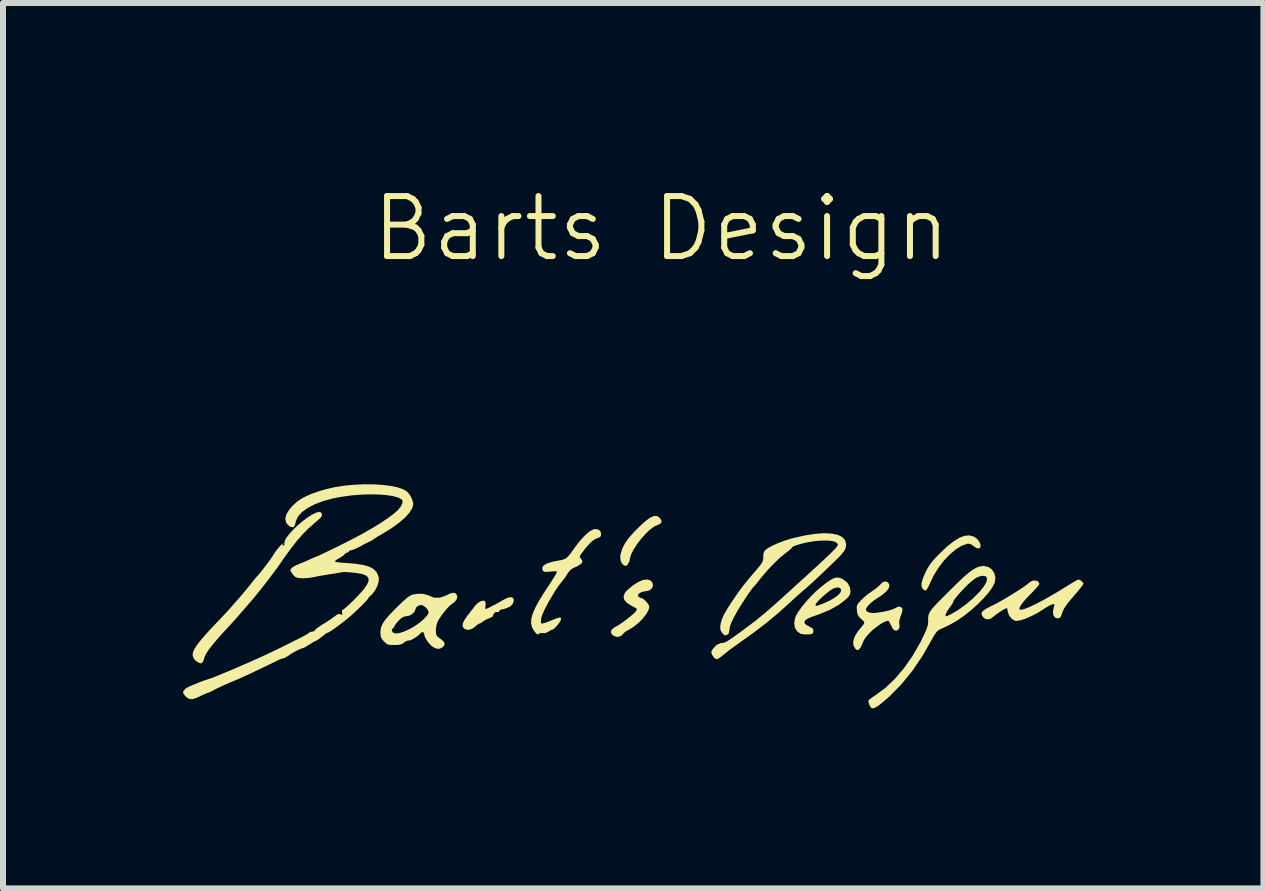
<source format=kicad_pcb>
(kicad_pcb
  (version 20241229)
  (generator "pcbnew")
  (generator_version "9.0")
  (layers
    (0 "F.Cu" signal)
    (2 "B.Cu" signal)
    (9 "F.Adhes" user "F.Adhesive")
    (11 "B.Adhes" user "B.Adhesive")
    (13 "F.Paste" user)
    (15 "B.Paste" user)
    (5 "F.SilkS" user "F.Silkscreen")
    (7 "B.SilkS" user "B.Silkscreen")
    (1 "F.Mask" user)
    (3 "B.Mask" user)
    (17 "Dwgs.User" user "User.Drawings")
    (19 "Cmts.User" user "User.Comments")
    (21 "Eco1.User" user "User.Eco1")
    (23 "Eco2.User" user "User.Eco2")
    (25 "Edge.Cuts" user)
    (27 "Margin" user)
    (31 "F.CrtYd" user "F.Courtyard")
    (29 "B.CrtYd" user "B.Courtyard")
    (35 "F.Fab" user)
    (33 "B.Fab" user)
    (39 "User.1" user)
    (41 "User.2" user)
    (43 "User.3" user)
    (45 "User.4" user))
  (footprint "Barts Design"
    (layer "F.Cu")
    (at 7.972 6.71)
    (property "Reference" "Barts Design" (at 0 -5.95 0) (unlocked yes) (layer "F.SilkS") (effects (font (size 1 1) (thickness 0.1))))
    (fp_poly (pts (xy -0.046 -1.146) (xy -0.03 -1.132) (xy 0.002 -1.087) (xy 0 -1.05) (xy -0.035 -1.022) (xy -0.064 -1.012) (xy -0.124 -0.983) (xy -0.193 -0.931) (xy -0.266 -0.86) (xy -0.339 -0.778) (xy -0.406 -0.69) (xy -0.462 -0.603) (xy -0.504 -0.522) (xy -0.524 -0.454) (xy -0.526 -0.435) (xy -0.534 -0.402) (xy -0.554 -0.364) (xy -0.576 -0.336) (xy -0.591 -0.329) (xy -0.616 -0.336) (xy -0.625 -0.339) (xy -0.66 -0.371) (xy -0.681 -0.425) (xy -0.685 -0.492) (xy -0.68 -0.525) (xy -0.65 -0.621) (xy -0.602 -0.713) (xy -0.533 -0.808) (xy -0.438 -0.913) (xy -0.436 -0.914) (xy -0.336 -1.013) (xy -0.253 -1.085) (xy -0.186 -1.133) (xy -0.131 -1.158) (xy -0.085 -1.162)) (stroke (width 0) (type solid)) (fill yes) (layer "F.SilkS"))
    (fp_poly (pts (xy 5.202 -0.819) (xy 5.212 -0.814) (xy 5.257 -0.783) (xy 5.293 -0.742) (xy 5.315 -0.697) (xy 5.321 -0.657) (xy 5.309 -0.628) (xy 5.28 -0.618) (xy 5.249 -0.629) (xy 5.209 -0.655) (xy 5.199 -0.663) (xy 5.153 -0.693) (xy 5.11 -0.699) (xy 5.097 -0.697) (xy 5.004 -0.664) (xy 4.906 -0.603) (xy 4.806 -0.519) (xy 4.709 -0.417) (xy 4.62 -0.301) (xy 4.543 -0.177) (xy 4.508 -0.107) (xy 4.469 -0.022) (xy 4.441 0.036) (xy 4.419 0.069) (xy 4.401 0.082) (xy 4.383 0.077) (xy 4.363 0.06) (xy 4.359 0.057) (xy 4.337 0.018) (xy 4.335 -0.036) (xy 4.354 -0.11) (xy 4.394 -0.205) (xy 4.402 -0.223) (xy 4.438 -0.292) (xy 4.475 -0.351) (xy 4.521 -0.41) (xy 4.581 -0.476) (xy 4.637 -0.534) (xy 4.76 -0.65) (xy 4.869 -0.738) (xy 4.965 -0.797) (xy 5.051 -0.83) (xy 5.13 -0.837)) (stroke (width 0) (type solid)) (fill yes) (layer "F.SilkS"))
    (fp_poly (pts (xy -2.474 0.202) (xy -2.459 0.239) (xy -2.459 0.246) (xy -2.475 0.302) (xy -2.52 0.348) (xy -2.588 0.379) (xy -2.621 0.387) (xy -2.675 0.4) (xy -2.701 0.416) (xy -2.702 0.423) (xy -2.711 0.439) (xy -2.728 0.439) (xy -2.772 0.445) (xy -2.798 0.473) (xy -2.801 0.492) (xy -2.816 0.519) (xy -2.865 0.543) (xy -2.873 0.546) (xy -2.926 0.568) (xy -2.968 0.593) (xy -2.976 0.6) (xy -3.008 0.623) (xy -3.028 0.63) (xy -3.054 0.642) (xy -3.089 0.67) (xy -3.098 0.68) (xy -3.155 0.721) (xy -3.215 0.738) (xy -3.27 0.727) (xy -3.28 0.72) (xy -3.309 0.687) (xy -3.312 0.641) (xy -3.288 0.582) (xy -3.237 0.507) (xy -3.224 0.49) (xy -3.178 0.431) (xy -3.135 0.376) (xy -3.105 0.336) (xy -3.1 0.33) (xy -3.059 0.289) (xy -3.015 0.261) (xy -2.964 0.249) (xy -2.935 0.265) (xy -2.927 0.306) (xy -2.931 0.333) (xy -2.935 0.372) (xy -2.932 0.39) (xy -2.93 0.391) (xy -2.907 0.383) (xy -2.862 0.362) (xy -2.802 0.331) (xy -2.735 0.295) (xy -2.669 0.258) (xy -2.642 0.242) (xy -2.567 0.204) (xy -2.51 0.191)) (stroke (width 0) (type solid)) (fill yes) (layer "F.SilkS"))
    (fp_poly (pts (xy -0.183 -0.088) (xy -0.147 -0.047) (xy -0.146 -0.044) (xy -0.14 0.005) (xy -0.161 0.049) (xy -0.204 0.081) (xy -0.258 0.093) (xy -0.313 0.102) (xy -0.359 0.121) (xy -0.388 0.146) (xy -0.392 0.171) (xy -0.388 0.178) (xy -0.359 0.199) (xy -0.345 0.203) (xy -0.309 0.216) (xy -0.268 0.249) (xy -0.23 0.292) (xy -0.205 0.334) (xy -0.201 0.353) (xy -0.215 0.409) (xy -0.253 0.477) (xy -0.31 0.549) (xy -0.381 0.62) (xy -0.459 0.684) (xy -0.539 0.734) (xy -0.555 0.742) (xy -0.596 0.765) (xy -0.622 0.787) (xy -0.624 0.789) (xy -0.671 0.838) (xy -0.727 0.855) (xy -0.761 0.85) (xy -0.813 0.825) (xy -0.839 0.789) (xy -0.836 0.749) (xy -0.822 0.729) (xy -0.786 0.698) (xy -0.757 0.682) (xy -0.721 0.662) (xy -0.669 0.628) (xy -0.608 0.584) (xy -0.546 0.536) (xy -0.489 0.489) (xy -0.446 0.451) (xy -0.423 0.425) (xy -0.423 0.424) (xy -0.412 0.403) (xy -0.41 0.389) (xy -0.423 0.375) (xy -0.456 0.357) (xy -0.504 0.333) (xy -0.579 0.284) (xy -0.621 0.231) (xy -0.63 0.174) (xy -0.605 0.116) (xy -0.571 0.077) (xy -0.476 -0.003) (xy -0.387 -0.06) (xy -0.307 -0.094) (xy -0.238 -0.103)) (stroke (width 0) (type solid)) (fill yes) (layer "F.SilkS"))
    (fp_poly (pts (xy 2.967 -0.131) (xy 3.014 -0.113) (xy 3.029 -0.105) (xy 3.1 -0.049) (xy 3.141 0.023) (xy 3.152 0.093) (xy 3.147 0.135) (xy 3.13 0.17) (xy 3.094 0.211) (xy 3.077 0.227) (xy 2.953 0.323) (xy 2.801 0.407) (xy 2.633 0.476) (xy 2.538 0.509) (xy 2.471 0.535) (xy 2.427 0.556) (xy 2.401 0.574) (xy 2.389 0.593) (xy 2.385 0.606) (xy 2.391 0.632) (xy 2.42 0.657) (xy 2.459 0.678) (xy 2.506 0.704) (xy 2.529 0.725) (xy 2.534 0.752) (xy 2.533 0.763) (xy 2.526 0.791) (xy 2.51 0.805) (xy 2.475 0.812) (xy 2.442 0.813) (xy 2.384 0.813) (xy 2.335 0.806) (xy 2.32 0.802) (xy 2.261 0.761) (xy 2.225 0.699) (xy 2.214 0.622) (xy 2.229 0.538) (xy 2.243 0.502) (xy 2.282 0.435) (xy 2.341 0.353) (xy 2.371 0.316) (xy 2.57 0.316) (xy 2.571 0.331) (xy 2.578 0.337) (xy 2.598 0.333) (xy 2.639 0.32) (xy 2.685 0.303) (xy 2.781 0.261) (xy 2.866 0.215) (xy 2.933 0.168) (xy 2.979 0.122) (xy 2.997 0.083) (xy 2.998 0.079) (xy 2.984 0.045) (xy 2.949 0.03) (xy 2.898 0.036) (xy 2.853 0.055) (xy 2.808 0.084) (xy 2.754 0.126) (xy 2.697 0.175) (xy 2.644 0.225) (xy 2.601 0.269) (xy 2.575 0.303) (xy 2.57 0.316) (xy 2.371 0.316) (xy 2.415 0.263) (xy 2.497 0.174) (xy 2.582 0.09) (xy 2.643 0.037) (xy 2.736 -0.038) (xy 2.81 -0.09) (xy 2.87 -0.122) (xy 2.92 -0.135)) (stroke (width 0) (type solid)) (fill yes) (layer "F.SilkS"))
    (fp_poly (pts (xy 3.774 -0.056) (xy 3.798 -0.021) (xy 3.801 0.005) (xy 3.785 0.051) (xy 3.741 0.104) (xy 3.674 0.16) (xy 3.607 0.203) (xy 3.537 0.25) (xy 3.477 0.301) (xy 3.432 0.349) (xy 3.41 0.389) (xy 3.408 0.399) (xy 3.424 0.43) (xy 3.467 0.45) (xy 3.534 0.456) (xy 3.577 0.453) (xy 3.684 0.438) (xy 3.781 0.417) (xy 3.861 0.392) (xy 3.909 0.369) (xy 3.949 0.349) (xy 3.982 0.353) (xy 3.992 0.358) (xy 4.011 0.372) (xy 4.019 0.393) (xy 4.015 0.427) (xy 3.998 0.482) (xy 3.982 0.525) (xy 3.967 0.578) (xy 3.963 0.621) (xy 3.965 0.633) (xy 3.971 0.687) (xy 3.955 0.729) (xy 3.921 0.749) (xy 3.911 0.75) (xy 3.881 0.743) (xy 3.857 0.718) (xy 3.834 0.674) (xy 3.811 0.627) (xy 3.791 0.594) (xy 3.784 0.587) (xy 3.756 0.588) (xy 3.709 0.608) (xy 3.65 0.642) (xy 3.586 0.688) (xy 3.521 0.74) (xy 3.484 0.775) (xy 3.418 0.846) (xy 3.375 0.909) (xy 3.35 0.967) (xy 3.32 1.034) (xy 3.286 1.069) (xy 3.263 1.075) (xy 3.247 1.064) (xy 3.23 1.048) (xy 3.2 0.995) (xy 3.197 0.928) (xy 3.222 0.85) (xy 3.272 0.766) (xy 3.299 0.732) (xy 3.346 0.676) (xy 3.373 0.64) (xy 3.382 0.615) (xy 3.373 0.595) (xy 3.349 0.572) (xy 3.331 0.557) (xy 3.291 0.516) (xy 3.269 0.476) (xy 3.259 0.42) (xy 3.259 0.413) (xy 3.255 0.364) (xy 3.261 0.329) (xy 3.28 0.297) (xy 3.317 0.254) (xy 3.324 0.246) (xy 3.377 0.195) (xy 3.445 0.139) (xy 3.513 0.091) (xy 3.572 0.05) (xy 3.622 0.009) (xy 3.654 -0.023) (xy 3.657 -0.027) (xy 3.694 -0.061) (xy 3.736 -0.07)) (stroke (width 0) (type solid)) (fill yes) (layer "F.SilkS"))
    (fp_poly (pts (xy 6.972 -0.096) (xy 7.006 -0.074) (xy 7.03 -0.045) (xy 7.034 -0.03) (xy 7.023 -0.011) (xy 6.994 0.028) (xy 6.95 0.083) (xy 6.895 0.148) (xy 6.872 0.175) (xy 6.8 0.259) (xy 6.748 0.326) (xy 6.712 0.381) (xy 6.689 0.429) (xy 6.681 0.452) (xy 6.662 0.505) (xy 6.645 0.533) (xy 6.623 0.543) (xy 6.604 0.545) (xy 6.559 0.531) (xy 6.533 0.492) (xy 6.526 0.433) (xy 6.54 0.357) (xy 6.551 0.327) (xy 6.548 0.309) (xy 6.522 0.31) (xy 6.477 0.328) (xy 6.416 0.362) (xy 6.382 0.384) (xy 6.277 0.45) (xy 6.173 0.505) (xy 6.077 0.548) (xy 5.992 0.576) (xy 5.925 0.588) (xy 5.888 0.584) (xy 5.833 0.547) (xy 5.791 0.489) (xy 5.775 0.439) (xy 5.767 0.397) (xy 5.76 0.375) (xy 5.758 0.374) (xy 5.733 0.383) (xy 5.69 0.407) (xy 5.639 0.439) (xy 5.589 0.473) (xy 5.55 0.503) (xy 5.541 0.512) (xy 5.485 0.552) (xy 5.429 0.563) (xy 5.379 0.543) (xy 5.346 0.504) (xy 5.335 0.473) (xy 5.34 0.446) (xy 5.364 0.418) (xy 5.412 0.386) (xy 5.486 0.346) (xy 5.526 0.327) (xy 5.603 0.287) (xy 5.694 0.236) (xy 5.792 0.178) (xy 5.89 0.117) (xy 5.981 0.059) (xy 6.059 0.006) (xy 6.117 -0.037) (xy 6.137 -0.055) (xy 6.181 -0.081) (xy 6.229 -0.086) (xy 6.271 -0.074) (xy 6.296 -0.045) (xy 6.299 -0.026) (xy 6.287 -0.006) (xy 6.256 0.032) (xy 6.21 0.082) (xy 6.156 0.138) (xy 6.073 0.224) (xy 6.013 0.296) (xy 5.977 0.35) (xy 5.966 0.386) (xy 5.973 0.399) (xy 6.006 0.401) (xy 6.063 0.385) (xy 6.144 0.352) (xy 6.245 0.304) (xy 6.363 0.242) (xy 6.496 0.167) (xy 6.642 0.08) (xy 6.697 0.046) (xy 6.776 -0.002) (xy 6.845 -0.045) (xy 6.9 -0.077) (xy 6.934 -0.096) (xy 6.942 -0.1)) (stroke (width 0) (type solid)) (fill yes) (layer "F.SilkS"))
    (fp_poly (pts (xy -5.666 -1.216) (xy -5.657 -1.185) (xy -5.659 -1.164) (xy -5.669 -1.144) (xy -5.691 -1.12) (xy -5.73 -1.085) (xy -5.786 -1.037) (xy -5.883 -0.952) (xy -5.976 -0.858) (xy -6.07 -0.751) (xy -6.169 -0.625) (xy -6.277 -0.476) (xy -6.331 -0.398) (xy -6.398 -0.302) (xy -6.482 -0.189) (xy -6.574 -0.068) (xy -6.67 0.054) (xy -6.761 0.167) (xy -6.842 0.265) (xy -6.871 0.297) (xy -6.912 0.345) (xy -6.965 0.406) (xy -7.019 0.468) (xy -7.026 0.476) (xy -7.085 0.544) (xy -7.154 0.621) (xy -7.219 0.692) (xy -7.225 0.698) (xy -7.354 0.838) (xy -7.457 0.958) (xy -7.534 1.055) (xy -7.586 1.132) (xy -7.611 1.186) (xy -7.613 1.193) (xy -7.629 1.246) (xy -7.651 1.283) (xy -7.673 1.296) (xy -7.697 1.289) (xy -7.71 1.285) (xy -7.762 1.252) (xy -7.799 1.204) (xy -7.812 1.155) (xy -7.806 1.112) (xy -7.784 1.061) (xy -7.746 0.999) (xy -7.69 0.925) (xy -7.614 0.835) (xy -7.515 0.726) (xy -7.4 0.605) (xy -7.332 0.534) (xy -7.268 0.466) (xy -7.215 0.409) (xy -7.178 0.367) (xy -7.169 0.357) (xy -7.137 0.319) (xy -7.115 0.293) (xy -7.11 0.288) (xy -7.091 0.268) (xy -7.057 0.229) (xy -7.011 0.176) (xy -6.961 0.116) (xy -6.911 0.057) (xy -6.868 0.004) (xy -6.837 -0.035) (xy -6.831 -0.043) (xy -6.79 -0.095) (xy -6.748 -0.144) (xy -6.737 -0.156) (xy -6.702 -0.196) (xy -6.655 -0.253) (xy -6.603 -0.32) (xy -6.552 -0.388) (xy -6.507 -0.449) (xy -6.475 -0.497) (xy -6.465 -0.515) (xy -6.437 -0.559) (xy -6.4 -0.608) (xy -6.361 -0.654) (xy -6.326 -0.689) (xy -6.303 -0.704) (xy -6.302 -0.704) (xy -6.295 -0.697) (xy -6.307 -0.687) (xy -6.323 -0.674) (xy -6.306 -0.67) (xy -6.303 -0.67) (xy -6.281 -0.677) (xy -6.281 -0.706) (xy -6.282 -0.71) (xy -6.276 -0.748) (xy -6.247 -0.801) (xy -6.197 -0.865) (xy -6.134 -0.934) (xy -6.06 -1.005) (xy -5.98 -1.073) (xy -5.9 -1.134) (xy -5.823 -1.183) (xy -5.754 -1.216) (xy -5.753 -1.217) (xy -5.699 -1.229)) (stroke (width 0) (type solid)) (fill yes) (layer "F.SilkS"))
    (fp_poly (pts (xy -1.046 -0.934) (xy -1.014 -0.904) (xy -1.005 -0.855) (xy -1.01 -0.823) (xy -1.031 -0.804) (xy -1.071 -0.79) (xy -1.123 -0.765) (xy -1.183 -0.715) (xy -1.253 -0.638) (xy -1.33 -0.538) (xy -1.355 -0.501) (xy -1.36 -0.479) (xy -1.347 -0.458) (xy -1.338 -0.447) (xy -1.317 -0.415) (xy -1.32 -0.385) (xy -1.349 -0.355) (xy -1.406 -0.321) (xy -1.475 -0.29) (xy -1.516 -0.26) (xy -1.556 -0.213) (xy -1.564 -0.199) (xy -1.599 -0.144) (xy -1.644 -0.084) (xy -1.662 -0.063) (xy -1.706 -0.006) (xy -1.758 0.07) (xy -1.813 0.159) (xy -1.868 0.252) (xy -1.918 0.344) (xy -1.959 0.427) (xy -1.988 0.493) (xy -1.998 0.527) (xy -2.007 0.58) (xy -2.007 0.619) (xy -2.003 0.631) (xy -1.982 0.631) (xy -1.937 0.619) (xy -1.878 0.598) (xy -1.851 0.587) (xy -1.774 0.555) (xy -1.722 0.537) (xy -1.692 0.531) (xy -1.676 0.537) (xy -1.672 0.555) (xy -1.672 0.559) (xy -1.683 0.589) (xy -1.71 0.631) (xy -1.746 0.675) (xy -1.782 0.712) (xy -1.811 0.732) (xy -1.816 0.733) (xy -1.844 0.743) (xy -1.881 0.767) (xy -1.882 0.767) (xy -1.933 0.792) (xy -1.976 0.791) (xy -2.017 0.789) (xy -2.039 0.8) (xy -2.054 0.815) (xy -2.073 0.81) (xy -2.101 0.78) (xy -2.121 0.755) (xy -2.155 0.696) (xy -2.171 0.631) (xy -2.168 0.556) (xy -2.145 0.469) (xy -2.101 0.367) (xy -2.036 0.247) (xy -1.948 0.105) (xy -1.913 0.052) (xy -1.848 -0.046) (xy -1.801 -0.119) (xy -1.769 -0.171) (xy -1.75 -0.206) (xy -1.741 -0.228) (xy -1.74 -0.234) (xy -1.756 -0.239) (xy -1.796 -0.239) (xy -1.85 -0.234) (xy -1.911 -0.229) (xy -1.947 -0.231) (xy -1.967 -0.24) (xy -1.977 -0.253) (xy -1.986 -0.297) (xy -1.962 -0.337) (xy -1.905 -0.37) (xy -1.816 -0.398) (xy -1.734 -0.414) (xy -1.673 -0.425) (xy -1.627 -0.437) (xy -1.59 -0.456) (xy -1.555 -0.486) (xy -1.516 -0.533) (xy -1.467 -0.601) (xy -1.442 -0.636) (xy -1.362 -0.74) (xy -1.285 -0.826) (xy -1.213 -0.891) (xy -1.15 -0.931) (xy -1.103 -0.943)) (stroke (width 0) (type solid)) (fill yes) (layer "F.SilkS"))
    (fp_poly (pts (xy 5.447 -0.312) (xy 5.507 -0.271) (xy 5.548 -0.21) (xy 5.567 -0.138) (xy 5.558 -0.059) (xy 5.556 -0.051) (xy 5.518 0.026) (xy 5.455 0.114) (xy 5.371 0.211) (xy 5.273 0.31) (xy 5.164 0.407) (xy 5.05 0.498) (xy 4.935 0.578) (xy 4.825 0.642) (xy 4.794 0.658) (xy 4.728 0.689) (xy 4.669 0.717) (xy 4.628 0.736) (xy 4.623 0.739) (xy 4.589 0.768) (xy 4.549 0.824) (xy 4.514 0.887) (xy 4.357 1.163) (xy 4.185 1.417) (xy 3.998 1.647) (xy 3.8 1.848) (xy 3.666 1.963) (xy 3.598 2.014) (xy 3.548 2.041) (xy 3.513 2.045) (xy 3.487 2.027) (xy 3.467 1.989) (xy 3.453 1.946) (xy 3.451 1.914) (xy 3.452 1.911) (xy 3.472 1.893) (xy 3.512 1.864) (xy 3.563 1.829) (xy 3.731 1.706) (xy 3.893 1.552) (xy 4.047 1.371) (xy 4.189 1.167) (xy 4.317 0.944) (xy 4.367 0.842) (xy 4.405 0.759) (xy 4.429 0.698) (xy 4.442 0.648) (xy 4.447 0.602) (xy 4.447 0.574) (xy 4.446 0.539) (xy 4.449 0.508) (xy 4.452 0.493) (xy 4.735 0.493) (xy 4.74 0.51) (xy 4.743 0.51) (xy 4.768 0.503) (xy 4.81 0.485) (xy 4.827 0.476) (xy 4.946 0.406) (xy 5.071 0.316) (xy 5.192 0.214) (xy 5.296 0.11) (xy 5.316 0.087) (xy 5.374 0.014) (xy 5.41 -0.044) (xy 5.425 -0.092) (xy 5.423 -0.134) (xy 5.403 -0.157) (xy 5.362 -0.164) (xy 5.308 -0.156) (xy 5.25 -0.132) (xy 5.223 -0.115) (xy 5.171 -0.074) (xy 5.11 -0.02) (xy 5.047 0.043) (xy 4.986 0.108) (xy 4.932 0.17) (xy 4.89 0.223) (xy 4.866 0.262) (xy 4.862 0.276) (xy 4.852 0.298) (xy 4.827 0.335) (xy 4.811 0.356) (xy 4.774 0.409) (xy 4.747 0.457) (xy 4.735 0.493) (xy 4.452 0.493) (xy 4.456 0.479) (xy 4.469 0.447) (xy 4.493 0.411) (xy 4.527 0.367) (xy 4.576 0.314) (xy 4.64 0.247) (xy 4.723 0.164) (xy 4.826 0.062) (xy 4.922 -0.032) (xy 5.026 -0.132) (xy 5.112 -0.207) (xy 5.184 -0.262) (xy 5.247 -0.299) (xy 5.305 -0.319) (xy 5.361 -0.327) (xy 5.374 -0.328)) (stroke (width 0) (type solid)) (fill yes) (layer "F.SilkS"))
    (fp_poly (pts (xy -3.436 0.125) (xy -3.42 0.138) (xy -3.4 0.178) (xy -3.41 0.225) (xy -3.445 0.273) (xy -3.503 0.315) (xy -3.504 0.316) (xy -3.534 0.34) (xy -3.576 0.386) (xy -3.623 0.443) (xy -3.669 0.504) (xy -3.707 0.561) (xy -3.729 0.601) (xy -3.75 0.667) (xy -3.758 0.741) (xy -3.754 0.806) (xy -3.748 0.825) (xy -3.728 0.851) (xy -3.69 0.881) (xy -3.681 0.887) (xy -3.629 0.929) (xy -3.611 0.97) (xy -3.628 1.01) (xy -3.642 1.024) (xy -3.693 1.052) (xy -3.746 1.051) (xy -3.805 1.024) (xy -3.845 0.991) (xy -3.887 0.944) (xy -3.922 0.892) (xy -3.944 0.848) (xy -3.947 0.832) (xy -3.956 0.799) (xy -3.963 0.784) (xy -3.978 0.77) (xy -3.998 0.78) (xy -4.016 0.798) (xy -4.058 0.836) (xy -4.11 0.872) (xy -4.159 0.9) (xy -4.199 0.915) (xy -4.213 0.914) (xy -4.24 0.919) (xy -4.278 0.941) (xy -4.287 0.947) (xy -4.32 0.971) (xy -4.358 0.984) (xy -4.411 0.989) (xy -4.452 0.989) (xy -4.515 0.988) (xy -4.555 0.982) (xy -4.585 0.966) (xy -4.616 0.937) (xy -4.625 0.928) (xy -4.66 0.886) (xy -4.677 0.846) (xy -4.682 0.793) (xy -4.682 0.778) (xy -4.678 0.728) (xy -4.493 0.728) (xy -4.49 0.755) (xy -4.473 0.782) (xy -4.435 0.797) (xy -4.374 0.792) (xy -4.294 0.768) (xy -4.198 0.725) (xy -4.191 0.722) (xy -4.111 0.675) (xy -4.035 0.622) (xy -3.968 0.566) (xy -3.916 0.513) (xy -3.885 0.468) (xy -3.878 0.445) (xy -3.893 0.403) (xy -3.928 0.361) (xy -3.973 0.331) (xy -4.008 0.322) (xy -4.053 0.335) (xy -4.088 0.366) (xy -4.101 0.401) (xy -4.116 0.438) (xy -4.153 0.474) (xy -4.203 0.501) (xy -4.25 0.51) (xy -4.293 0.517) (xy -4.333 0.54) (xy -4.375 0.579) (xy -4.414 0.624) (xy -4.442 0.664) (xy -4.451 0.682) (xy -4.467 0.709) (xy -4.478 0.716) (xy -4.493 0.728) (xy -4.678 0.728) (xy -4.678 0.724) (xy -4.664 0.673) (xy -4.637 0.62) (xy -4.594 0.559) (xy -4.532 0.488) (xy -4.449 0.401) (xy -4.399 0.352) (xy -4.31 0.266) (xy -4.24 0.205) (xy -4.188 0.167) (xy -4.153 0.151) (xy -4.064 0.136) (xy -3.975 0.137) (xy -3.9 0.154) (xy -3.871 0.167) (xy -3.787 0.201) (xy -3.695 0.201) (xy -3.597 0.168) (xy -3.588 0.163) (xy -3.519 0.131) (xy -3.47 0.119)) (stroke (width 0) (type solid)) (fill yes) (layer "F.SilkS"))
    (fp_poly (pts (xy 2.835 -0.868) (xy 2.936 -0.848) (xy 3.011 -0.812) (xy 3.06 -0.761) (xy 3.079 -0.696) (xy 3.076 -0.645) (xy 3.063 -0.605) (xy 3.037 -0.563) (xy 2.992 -0.51) (xy 2.941 -0.457) (xy 2.856 -0.374) (xy 2.765 -0.286) (xy 2.673 -0.198) (xy 2.585 -0.115) (xy 2.505 -0.041) (xy 2.438 0.019) (xy 2.389 0.062) (xy 2.374 0.074) (xy 2.336 0.106) (xy 2.281 0.155) (xy 2.215 0.214) (xy 2.147 0.278) (xy 2.144 0.28) (xy 1.954 0.452) (xy 1.753 0.619) (xy 1.534 0.787) (xy 1.29 0.961) (xy 1.27 0.975) (xy 1.196 1.028) (xy 1.118 1.086) (xy 1.051 1.139) (xy 1.042 1.146) (xy 0.989 1.189) (xy 0.955 1.214) (xy 0.932 1.224) (xy 0.913 1.223) (xy 0.898 1.217) (xy 0.875 1.197) (xy 0.851 1.16) (xy 0.849 1.157) (xy 0.834 1.122) (xy 0.835 1.095) (xy 0.855 1.06) (xy 0.862 1.049) (xy 0.921 0.987) (xy 0.989 0.958) (xy 1.019 0.955) (xy 1.041 0.952) (xy 1.069 0.941) (xy 1.107 0.92) (xy 1.159 0.886) (xy 1.229 0.837) (xy 1.322 0.77) (xy 1.347 0.752) (xy 1.552 0.598) (xy 1.738 0.447) (xy 1.911 0.295) (xy 2.099 0.125) (xy 2.263 -0.024) (xy 2.404 -0.152) (xy 2.525 -0.263) (xy 2.627 -0.356) (xy 2.711 -0.434) (xy 2.779 -0.498) (xy 2.833 -0.55) (xy 2.874 -0.592) (xy 2.904 -0.623) (xy 2.924 -0.648) (xy 2.935 -0.665) (xy 2.941 -0.679) (xy 2.941 -0.689) (xy 2.937 -0.697) (xy 2.936 -0.699) (xy 2.902 -0.728) (xy 2.842 -0.745) (xy 2.753 -0.752) (xy 2.635 -0.749) (xy 2.559 -0.742) (xy 2.475 -0.729) (xy 2.39 -0.712) (xy 2.311 -0.692) (xy 2.245 -0.672) (xy 2.198 -0.653) (xy 2.177 -0.637) (xy 2.177 -0.635) (xy 2.164 -0.618) (xy 2.129 -0.587) (xy 2.08 -0.548) (xy 2.061 -0.534) (xy 1.977 -0.466) (xy 1.882 -0.375) (xy 1.781 -0.27) (xy 1.683 -0.156) (xy 1.628 -0.088) (xy 1.59 -0.04) (xy 1.559 -0.003) (xy 1.543 0.014) (xy 1.543 0.014) (xy 1.522 0.037) (xy 1.488 0.083) (xy 1.444 0.146) (xy 1.396 0.218) (xy 1.346 0.295) (xy 1.299 0.369) (xy 1.261 0.434) (xy 1.206 0.534) (xy 1.168 0.612) (xy 1.145 0.674) (xy 1.135 0.725) (xy 1.133 0.752) (xy 1.12 0.8) (xy 1.096 0.82) (xy 1.068 0.83) (xy 1.044 0.82) (xy 1.017 0.792) (xy 0.99 0.753) (xy 0.981 0.712) (xy 0.983 0.666) (xy 0.994 0.608) (xy 1.014 0.546) (xy 1.047 0.475) (xy 1.096 0.39) (xy 1.163 0.284) (xy 1.183 0.255) (xy 1.251 0.156) (xy 1.314 0.067) (xy 1.379 -0.018) (xy 1.452 -0.108) (xy 1.54 -0.212) (xy 1.574 -0.251) (xy 1.628 -0.315) (xy 1.664 -0.361) (xy 1.685 -0.395) (xy 1.695 -0.427) (xy 1.698 -0.461) (xy 1.698 -0.478) (xy 1.702 -0.538) (xy 1.719 -0.578) (xy 1.736 -0.597) (xy 1.786 -0.632) (xy 1.862 -0.672) (xy 1.955 -0.713) (xy 2.06 -0.752) (xy 2.168 -0.785) (xy 2.202 -0.794) (xy 2.392 -0.837) (xy 2.561 -0.863) (xy 2.709 -0.874)) (stroke (width 0) (type solid)) (fill yes) (layer "F.SilkS"))
    (fp_poly (pts (xy -4.795 -1.688) (xy -4.646 -1.679) (xy -4.51 -1.662) (xy -4.393 -1.637) (xy -4.299 -1.604) (xy -4.234 -1.565) (xy -4.233 -1.563) (xy -4.193 -1.515) (xy -4.159 -1.451) (xy -4.138 -1.387) (xy -4.135 -1.359) (xy -4.151 -1.292) (xy -4.197 -1.217) (xy -4.271 -1.135) (xy -4.37 -1.049) (xy -4.492 -0.96) (xy -4.635 -0.872) (xy -4.673 -0.85) (xy -4.729 -0.817) (xy -4.779 -0.785) (xy -4.8 -0.77) (xy -4.833 -0.748) (xy -4.854 -0.738) (xy -4.873 -0.73) (xy -4.915 -0.709) (xy -4.973 -0.679) (xy -5.007 -0.66) (xy -5.071 -0.627) (xy -5.125 -0.603) (xy -5.161 -0.591) (xy -5.17 -0.591) (xy -5.195 -0.585) (xy -5.202 -0.575) (xy -5.225 -0.553) (xy -5.237 -0.55) (xy -5.267 -0.537) (xy -5.276 -0.525) (xy -5.299 -0.503) (xy -5.34 -0.474) (xy -5.364 -0.461) (xy -5.408 -0.435) (xy -5.436 -0.413) (xy -5.441 -0.405) (xy -5.426 -0.396) (xy -5.382 -0.388) (xy -5.314 -0.381) (xy -5.247 -0.377) (xy -5.091 -0.364) (xy -4.966 -0.344) (xy -4.87 -0.316) (xy -4.798 -0.278) (xy -4.748 -0.228) (xy -4.718 -0.166) (xy -4.709 -0.132) (xy -4.711 -0.069) (xy -4.733 0.005) (xy -4.77 0.078) (xy -4.818 0.14) (xy -4.835 0.156) (xy -4.868 0.187) (xy -4.886 0.211) (xy -4.888 0.215) (xy -4.899 0.232) (xy -4.931 0.267) (xy -4.977 0.315) (xy -5.033 0.37) (xy -5.093 0.427) (xy -5.151 0.481) (xy -5.203 0.526) (xy -5.206 0.529) (xy -5.274 0.584) (xy -5.345 0.639) (xy -5.415 0.691) (xy -5.477 0.735) (xy -5.525 0.767) (xy -5.554 0.783) (xy -5.558 0.784) (xy -5.583 0.794) (xy -5.594 0.801) (xy -5.644 0.842) (xy -5.694 0.879) (xy -5.735 0.907) (xy -5.759 0.921) (xy -5.761 0.921) (xy -5.781 0.93) (xy -5.82 0.953) (xy -5.865 0.981) (xy -5.915 1.012) (xy -5.954 1.034) (xy -5.972 1.041) (xy -6.002 1.049) (xy -6.051 1.071) (xy -6.11 1.101) (xy -6.169 1.135) (xy -6.211 1.164) (xy -6.256 1.192) (xy -6.292 1.209) (xy -6.303 1.212) (xy -6.332 1.219) (xy -6.378 1.238) (xy -6.407 1.252) (xy -6.467 1.282) (xy -6.55 1.322) (xy -6.648 1.369) (xy -6.753 1.419) (xy -6.858 1.469) (xy -6.923 1.499) (xy -6.992 1.531) (xy -7.077 1.568) (xy -7.163 1.604) (xy -7.186 1.613) (xy -7.269 1.649) (xy -7.356 1.689) (xy -7.43 1.725) (xy -7.447 1.734) (xy -7.5 1.762) (xy -7.538 1.78) (xy -7.556 1.786) (xy -7.556 1.785) (xy -7.57 1.789) (xy -7.607 1.805) (xy -7.66 1.83) (xy -7.675 1.837) (xy -7.757 1.874) (xy -7.817 1.892) (xy -7.863 1.89) (xy -7.903 1.869) (xy -7.933 1.841) (xy -7.963 1.804) (xy -7.972 1.78) (xy -7.963 1.756) (xy -7.96 1.752) (xy -7.932 1.719) (xy -7.914 1.705) (xy -7.86 1.678) (xy -7.786 1.646) (xy -7.702 1.612) (xy -7.621 1.582) (xy -7.59 1.572) (xy -7.528 1.551) (xy -7.475 1.533) (xy -7.445 1.521) (xy -7.418 1.51) (xy -7.365 1.488) (xy -7.294 1.458) (xy -7.209 1.423) (xy -7.154 1.4) (xy -6.977 1.324) (xy -6.79 1.242) (xy -6.605 1.158) (xy -6.43 1.075) (xy -6.276 1) (xy -6.264 0.994) (xy -6.182 0.953) (xy -6.095 0.909) (xy -6.019 0.871) (xy -5.996 0.859) (xy -5.939 0.829) (xy -5.895 0.803) (xy -5.872 0.786) (xy -5.871 0.785) (xy -5.847 0.771) (xy -5.819 0.767) (xy -5.787 0.76) (xy -5.776 0.746) (xy -5.762 0.728) (xy -5.725 0.698) (xy -5.672 0.663) (xy -5.647 0.647) (xy -5.578 0.604) (xy -5.51 0.559) (xy -5.458 0.521) (xy -5.449 0.515) (xy -5.405 0.482) (xy -5.376 0.471) (xy -5.35 0.476) (xy -5.346 0.478) (xy -5.321 0.488) (xy -5.317 0.476) (xy -5.322 0.452) (xy -5.325 0.42) (xy -5.318 0.408) (xy -5.297 0.396) (xy -5.258 0.364) (xy -5.206 0.317) (xy -5.147 0.261) (xy -5.086 0.199) (xy -5.028 0.139) (xy -4.979 0.083) (xy -4.948 0.045) (xy -4.899 -0.029) (xy -4.878 -0.088) (xy -4.885 -0.134) (xy -4.921 -0.169) (xy -4.988 -0.194) (xy -5.087 -0.211) (xy -5.135 -0.216) (xy -5.209 -0.223) (xy -5.258 -0.226) (xy -5.29 -0.227) (xy -5.315 -0.225) (xy -5.341 -0.22) (xy -5.349 -0.219) (xy -5.384 -0.212) (xy -5.443 -0.202) (xy -5.517 -0.191) (xy -5.563 -0.184) (xy -5.645 -0.17) (xy -5.721 -0.157) (xy -5.781 -0.145) (xy -5.803 -0.14) (xy -5.859 -0.131) (xy -5.93 -0.124) (xy -5.977 -0.123) (xy -6.046 -0.126) (xy -6.092 -0.139) (xy -6.129 -0.17) (xy -6.165 -0.219) (xy -6.182 -0.251) (xy -6.178 -0.274) (xy -6.163 -0.292) (xy -6.13 -0.317) (xy -6.08 -0.343) (xy -6.054 -0.354) (xy -5.994 -0.378) (xy -5.921 -0.409) (xy -5.868 -0.433) (xy -5.814 -0.458) (xy -5.772 -0.475) (xy -5.753 -0.482) (xy -5.735 -0.489) (xy -5.692 -0.509) (xy -5.626 -0.54) (xy -5.543 -0.58) (xy -5.447 -0.626) (xy -5.392 -0.653) (xy -5.187 -0.756) (xy -4.997 -0.857) (xy -4.825 -0.954) (xy -4.676 -1.046) (xy -4.55 -1.13) (xy -4.451 -1.205) (xy -4.388 -1.262) (xy -4.338 -1.325) (xy -4.314 -1.379) (xy -4.316 -1.421) (xy -4.328 -1.437) (xy -4.386 -1.468) (xy -4.473 -1.492) (xy -4.583 -1.509) (xy -4.712 -1.519) (xy -4.855 -1.521) (xy -5.006 -1.516) (xy -5.161 -1.504) (xy -5.315 -1.483) (xy -5.464 -1.456) (xy -5.476 -1.453) (xy -5.637 -1.409) (xy -5.778 -1.355) (xy -5.897 -1.293) (xy -5.991 -1.224) (xy -6.056 -1.152) (xy -6.091 -1.076) (xy -6.093 -1.064) (xy -6.105 -1.017) (xy -6.121 -0.984) (xy -6.125 -0.979) (xy -6.157 -0.973) (xy -6.197 -0.99) (xy -6.237 -1.027) (xy -6.252 -1.049) (xy -6.268 -1.109) (xy -6.253 -1.18) (xy -6.205 -1.262) (xy -6.15 -1.328) (xy -6.069 -1.402) (xy -5.968 -1.467) (xy -5.842 -1.526) (xy -5.688 -1.579) (xy -5.58 -1.61) (xy -5.435 -1.643) (xy -5.278 -1.667) (xy -5.117 -1.682) (xy -4.954 -1.689)) (stroke (width 0) (type solid)) (fill yes) (layer "F.SilkS")))
  (gr_rect
    (start -3 -3)
    (end 18.006 11.756)
    (stroke (width 0.1) (type default))
    (fill no)
    (layer "Edge.Cuts")))
</source>
